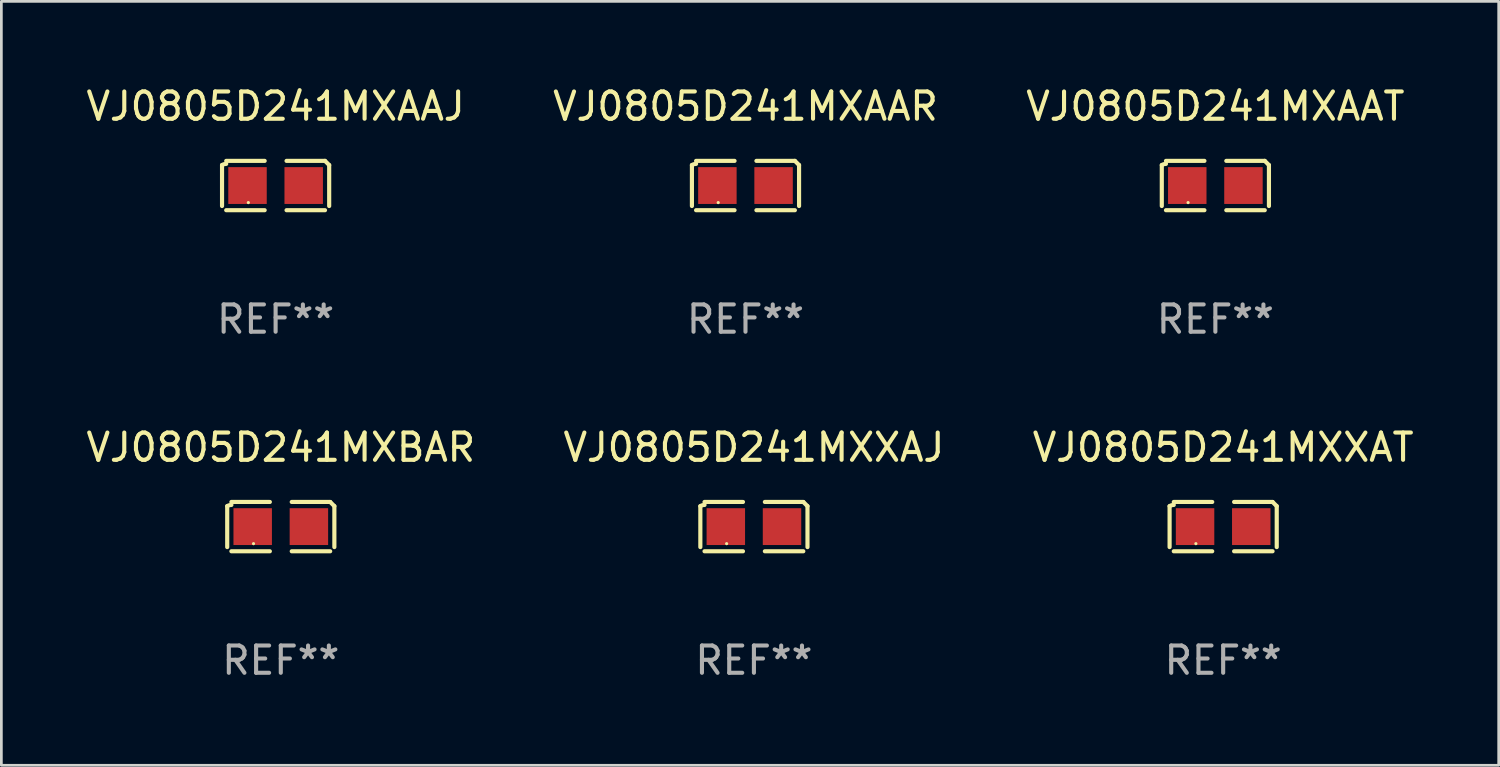
<source format=kicad_pcb>
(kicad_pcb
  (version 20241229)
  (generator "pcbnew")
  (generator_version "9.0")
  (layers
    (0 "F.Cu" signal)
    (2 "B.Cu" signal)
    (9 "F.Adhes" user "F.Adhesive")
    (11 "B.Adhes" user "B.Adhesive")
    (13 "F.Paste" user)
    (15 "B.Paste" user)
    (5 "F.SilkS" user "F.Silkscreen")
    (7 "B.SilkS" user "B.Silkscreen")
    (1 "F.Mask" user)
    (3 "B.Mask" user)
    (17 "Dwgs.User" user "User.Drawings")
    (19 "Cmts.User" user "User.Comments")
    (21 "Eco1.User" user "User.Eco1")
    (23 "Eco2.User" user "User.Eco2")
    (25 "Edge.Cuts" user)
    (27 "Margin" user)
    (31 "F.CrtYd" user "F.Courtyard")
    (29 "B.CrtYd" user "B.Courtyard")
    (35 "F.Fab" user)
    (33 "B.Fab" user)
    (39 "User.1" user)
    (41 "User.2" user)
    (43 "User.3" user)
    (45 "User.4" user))
  (footprint "VJ0805D241MXAAJ"
    (layer "F.Cu")
    (at 7.054 3.752)
    (property "Reference" "VJ0805D241MXAAJ" (at 0 -2.904 0) (layer "F.SilkS") (effects (font (size 1 1) (thickness 0.15))))
    (attr through_hole)
    (fp_line (start -1.964 0.751) (end -1.964 -0.751) (stroke (width 0.152) (type solid)) (layer "F.SilkS"))
    (fp_line (start -1.811 -0.904) (end -0.401 -0.904) (stroke (width 0.152) (type solid)) (layer "F.SilkS"))
    (fp_line (start -0.401 0.904) (end -1.811 0.904) (stroke (width 0.152) (type solid)) (layer "F.SilkS"))
    (fp_line (start 0.401 0.904) (end 1.811 0.904) (stroke (width 0.152) (type solid)) (layer "F.SilkS"))
    (fp_line (start 1.811 -0.904) (end 0.401 -0.904) (stroke (width 0.152) (type solid)) (layer "F.SilkS"))
    (fp_line (start 1.964 0.751) (end 1.964 -0.751) (stroke (width 0.152) (type solid)) (layer "F.SilkS"))
    (fp_arc (start -1.963602 -0.751207) (mid -1.890354 -0.783131) (end -1.811201 -0.794044) (stroke (width 0.1524) (type solid)) (layer "F.SilkS"))
    (fp_arc (start 1.811202 -0.903607) (mid 1.887413 -0.827418) (end 1.963602 -0.751207) (stroke (width 0.1524) (type solid)) (layer "F.SilkS"))
    (fp_circle (center -1 0.625) (end -0.97 0.625) (stroke (width 0.06) (type solid)) (fill no) (layer "F.SilkS"))
    (fp_text user "REF**" (at 0 4.904 0) (layer "F.Fab") (effects (font (size 1 1) (thickness 0.15))))
    (pad "1" smd rect (at -1.03 0) (size 1.41 1.35) (layers "F.Cu" "F.Mask" "F.Paste"))
    (pad "2" smd rect (at 1.03 0) (size 1.41 1.35) (layers "F.Cu" "F.Mask" "F.Paste")))
  (footprint "VJ0805D241MXBAR"
    (layer "F.Cu")
    (at 7.244 16.256)
    (property "Reference" "VJ0805D241MXBAR" (at 0 -2.904 0) (layer "F.SilkS") (effects (font (size 1 1) (thickness 0.15))))
    (attr through_hole)
    (fp_line (start -1.964 0.751) (end -1.964 -0.751) (stroke (width 0.152) (type solid)) (layer "F.SilkS"))
    (fp_line (start -1.811 -0.904) (end -0.401 -0.904) (stroke (width 0.152) (type solid)) (layer "F.SilkS"))
    (fp_line (start -0.401 0.904) (end -1.811 0.904) (stroke (width 0.152) (type solid)) (layer "F.SilkS"))
    (fp_line (start 0.401 0.904) (end 1.811 0.904) (stroke (width 0.152) (type solid)) (layer "F.SilkS"))
    (fp_line (start 1.811 -0.904) (end 0.401 -0.904) (stroke (width 0.152) (type solid)) (layer "F.SilkS"))
    (fp_line (start 1.964 0.751) (end 1.964 -0.751) (stroke (width 0.152) (type solid)) (layer "F.SilkS"))
    (fp_arc (start -1.963602 -0.751207) (mid -1.890354 -0.783131) (end -1.811201 -0.794044) (stroke (width 0.1524) (type solid)) (layer "F.SilkS"))
    (fp_arc (start 1.811202 -0.903607) (mid 1.887413 -0.827418) (end 1.963602 -0.751207) (stroke (width 0.1524) (type solid)) (layer "F.SilkS"))
    (fp_circle (center -1 0.625) (end -0.97 0.625) (stroke (width 0.06) (type solid)) (fill no) (layer "F.SilkS"))
    (fp_text user "REF**" (at 0 4.904 0) (layer "F.Fab") (effects (font (size 1 1) (thickness 0.15))))
    (pad "1" smd rect (at -1.03 0) (size 1.41 1.35) (layers "F.Cu" "F.Mask" "F.Paste"))
    (pad "2" smd rect (at 1.03 0) (size 1.41 1.35) (layers "F.Cu" "F.Mask" "F.Paste")))
  (footprint "VJ0805D241MXXAJ"
    (layer "F.Cu")
    (at 24.589 16.256)
    (property "Reference" "VJ0805D241MXXAJ" (at 0 -2.904 0) (layer "F.SilkS") (effects (font (size 1 1) (thickness 0.15))))
    (attr through_hole)
    (fp_line (start -1.964 0.751) (end -1.964 -0.751) (stroke (width 0.152) (type solid)) (layer "F.SilkS"))
    (fp_line (start -1.811 -0.904) (end -0.401 -0.904) (stroke (width 0.152) (type solid)) (layer "F.SilkS"))
    (fp_line (start -0.401 0.904) (end -1.811 0.904) (stroke (width 0.152) (type solid)) (layer "F.SilkS"))
    (fp_line (start 0.401 0.904) (end 1.811 0.904) (stroke (width 0.152) (type solid)) (layer "F.SilkS"))
    (fp_line (start 1.811 -0.904) (end 0.401 -0.904) (stroke (width 0.152) (type solid)) (layer "F.SilkS"))
    (fp_line (start 1.964 0.751) (end 1.964 -0.751) (stroke (width 0.152) (type solid)) (layer "F.SilkS"))
    (fp_arc (start -1.963602 -0.751207) (mid -1.890354 -0.783131) (end -1.811201 -0.794044) (stroke (width 0.1524) (type solid)) (layer "F.SilkS"))
    (fp_arc (start 1.811202 -0.903607) (mid 1.887413 -0.827418) (end 1.963602 -0.751207) (stroke (width 0.1524) (type solid)) (layer "F.SilkS"))
    (fp_circle (center -1 0.625) (end -0.97 0.625) (stroke (width 0.06) (type solid)) (fill no) (layer "F.SilkS"))
    (fp_text user "REF**" (at 0 4.904 0) (layer "F.Fab") (effects (font (size 1 1) (thickness 0.15))))
    (pad "1" smd rect (at -1.03 0) (size 1.41 1.35) (layers "F.Cu" "F.Mask" "F.Paste"))
    (pad "2" smd rect (at 1.03 0) (size 1.41 1.35) (layers "F.Cu" "F.Mask" "F.Paste")))
  (footprint "VJ0805D241MXAAT"
    (layer "F.Cu")
    (at 41.506 3.752)
    (property "Reference" "VJ0805D241MXAAT" (at 0 -2.904 0) (layer "F.SilkS") (effects (font (size 1 1) (thickness 0.15))))
    (attr through_hole)
    (fp_line (start -1.964 0.751) (end -1.964 -0.751) (stroke (width 0.152) (type solid)) (layer "F.SilkS"))
    (fp_line (start -1.811 -0.904) (end -0.401 -0.904) (stroke (width 0.152) (type solid)) (layer "F.SilkS"))
    (fp_line (start -0.401 0.904) (end -1.811 0.904) (stroke (width 0.152) (type solid)) (layer "F.SilkS"))
    (fp_line (start 0.401 0.904) (end 1.811 0.904) (stroke (width 0.152) (type solid)) (layer "F.SilkS"))
    (fp_line (start 1.811 -0.904) (end 0.401 -0.904) (stroke (width 0.152) (type solid)) (layer "F.SilkS"))
    (fp_line (start 1.964 0.751) (end 1.964 -0.751) (stroke (width 0.152) (type solid)) (layer "F.SilkS"))
    (fp_arc (start -1.963602 -0.751207) (mid -1.890354 -0.783131) (end -1.811201 -0.794044) (stroke (width 0.1524) (type solid)) (layer "F.SilkS"))
    (fp_arc (start 1.811202 -0.903607) (mid 1.887413 -0.827418) (end 1.963602 -0.751207) (stroke (width 0.1524) (type solid)) (layer "F.SilkS"))
    (fp_circle (center -1 0.625) (end -0.97 0.625) (stroke (width 0.06) (type solid)) (fill no) (layer "F.SilkS"))
    (fp_text user "REF**" (at 0 4.904 0) (layer "F.Fab") (effects (font (size 1 1) (thickness 0.15))))
    (pad "1" smd rect (at -1.03 0) (size 1.41 1.35) (layers "F.Cu" "F.Mask" "F.Paste"))
    (pad "2" smd rect (at 1.03 0) (size 1.41 1.35) (layers "F.Cu" "F.Mask" "F.Paste")))
  (footprint "VJ0805D241MXXAT"
    (layer "F.Cu")
    (at 41.792 16.256)
    (property "Reference" "VJ0805D241MXXAT" (at 0 -2.904 0) (layer "F.SilkS") (effects (font (size 1 1) (thickness 0.15))))
    (attr through_hole)
    (fp_line (start -1.964 0.751) (end -1.964 -0.751) (stroke (width 0.152) (type solid)) (layer "F.SilkS"))
    (fp_line (start -1.811 -0.904) (end -0.401 -0.904) (stroke (width 0.152) (type solid)) (layer "F.SilkS"))
    (fp_line (start -0.401 0.904) (end -1.811 0.904) (stroke (width 0.152) (type solid)) (layer "F.SilkS"))
    (fp_line (start 0.401 0.904) (end 1.811 0.904) (stroke (width 0.152) (type solid)) (layer "F.SilkS"))
    (fp_line (start 1.811 -0.904) (end 0.401 -0.904) (stroke (width 0.152) (type solid)) (layer "F.SilkS"))
    (fp_line (start 1.964 0.751) (end 1.964 -0.751) (stroke (width 0.152) (type solid)) (layer "F.SilkS"))
    (fp_arc (start -1.963602 -0.751207) (mid -1.890354 -0.783131) (end -1.811201 -0.794044) (stroke (width 0.1524) (type solid)) (layer "F.SilkS"))
    (fp_arc (start 1.811202 -0.903607) (mid 1.887413 -0.827418) (end 1.963602 -0.751207) (stroke (width 0.1524) (type solid)) (layer "F.SilkS"))
    (fp_circle (center -1 0.625) (end -0.97 0.625) (stroke (width 0.06) (type solid)) (fill no) (layer "F.SilkS"))
    (fp_text user "REF**" (at 0 4.904 0) (layer "F.Fab") (effects (font (size 1 1) (thickness 0.15))))
    (pad "1" smd rect (at -1.03 0) (size 1.41 1.35) (layers "F.Cu" "F.Mask" "F.Paste"))
    (pad "2" smd rect (at 1.03 0) (size 1.41 1.35) (layers "F.Cu" "F.Mask" "F.Paste")))
  (footprint "VJ0805D241MXAAR"
    (layer "F.Cu")
    (at 24.28 3.752)
    (property "Reference" "VJ0805D241MXAAR" (at 0 -2.904 0) (layer "F.SilkS") (effects (font (size 1 1) (thickness 0.15))))
    (attr through_hole)
    (fp_line (start -1.964 0.751) (end -1.964 -0.751) (stroke (width 0.152) (type solid)) (layer "F.SilkS"))
    (fp_line (start -1.811 -0.904) (end -0.401 -0.904) (stroke (width 0.152) (type solid)) (layer "F.SilkS"))
    (fp_line (start -0.401 0.904) (end -1.811 0.904) (stroke (width 0.152) (type solid)) (layer "F.SilkS"))
    (fp_line (start 0.401 0.904) (end 1.811 0.904) (stroke (width 0.152) (type solid)) (layer "F.SilkS"))
    (fp_line (start 1.811 -0.904) (end 0.401 -0.904) (stroke (width 0.152) (type solid)) (layer "F.SilkS"))
    (fp_line (start 1.964 0.751) (end 1.964 -0.751) (stroke (width 0.152) (type solid)) (layer "F.SilkS"))
    (fp_arc (start -1.963602 -0.751207) (mid -1.890354 -0.783131) (end -1.811201 -0.794044) (stroke (width 0.1524) (type solid)) (layer "F.SilkS"))
    (fp_arc (start 1.811202 -0.903607) (mid 1.887413 -0.827418) (end 1.963602 -0.751207) (stroke (width 0.1524) (type solid)) (layer "F.SilkS"))
    (fp_circle (center -1 0.625) (end -0.97 0.625) (stroke (width 0.06) (type solid)) (fill no) (layer "F.SilkS"))
    (fp_text user "REF**" (at 0 4.904 0) (layer "F.Fab") (effects (font (size 1 1) (thickness 0.15))))
    (pad "1" smd rect (at -1.03 0) (size 1.41 1.35) (layers "F.Cu" "F.Mask" "F.Paste"))
    (pad "2" smd rect (at 1.03 0) (size 1.41 1.35) (layers "F.Cu" "F.Mask" "F.Paste")))
  (gr_rect
    (start -3 -3)
    (end 51.893 25.007)
    (stroke (width 0.1) (type default))
    (fill no)
    (layer "Edge.Cuts")))
</source>
